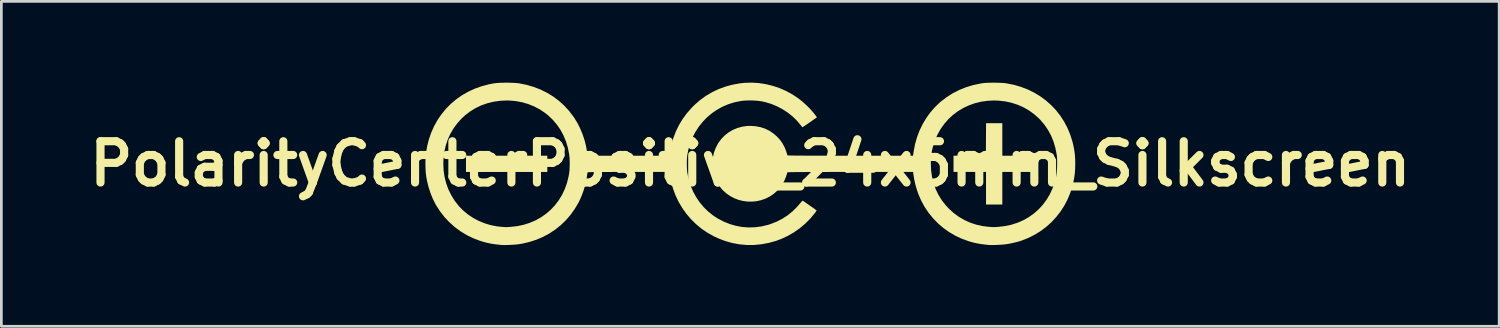
<source format=kicad_pcb>
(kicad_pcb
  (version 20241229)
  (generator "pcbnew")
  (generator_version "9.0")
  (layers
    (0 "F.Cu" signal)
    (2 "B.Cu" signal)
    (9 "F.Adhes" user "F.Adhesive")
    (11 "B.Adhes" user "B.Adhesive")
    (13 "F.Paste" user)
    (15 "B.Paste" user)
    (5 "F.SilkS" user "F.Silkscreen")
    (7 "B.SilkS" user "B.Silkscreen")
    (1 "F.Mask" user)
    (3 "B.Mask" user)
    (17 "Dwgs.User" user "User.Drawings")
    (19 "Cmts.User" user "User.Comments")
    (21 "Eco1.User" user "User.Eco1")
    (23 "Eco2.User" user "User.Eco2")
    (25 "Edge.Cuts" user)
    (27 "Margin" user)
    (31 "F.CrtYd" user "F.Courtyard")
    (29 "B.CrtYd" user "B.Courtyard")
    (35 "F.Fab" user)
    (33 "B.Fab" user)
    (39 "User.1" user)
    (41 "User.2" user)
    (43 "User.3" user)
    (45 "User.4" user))
  (footprint "PolarityCenterPositive_24x6mm_Silkscreen"
    (layer "F.Cu")
    (at 24.645 2.998)
    (property "Reference" "PolarityCenterPositive_24x6mm_Silkscreen" (at 0 0 0) (layer "F.SilkS") (effects (font (size 1.524 1.524) (thickness 0.3))))
    (attr board_only exclude_from_pos_files exclude_from_bom)
    (fp_poly (pts (xy -7.491 0.3) (xy -10.493 0.3) (xy -10.493 -0.3) (xy -7.491 -0.3)) (stroke (width 0) (type solid)) (fill yes) (layer "F.SilkS"))
    (fp_poly (pts (xy 9.305 -0.3) (xy 10.505 -0.3) (xy 10.505 0.3) (xy 9.305 0.3) (xy 9.305 1.501) (xy 8.704 1.501) (xy 8.704 0.3) (xy 7.504 0.3) (xy 7.504 -0.3) (xy 8.101 -0.303) (xy 8.698 -0.306) (xy 8.705 -1.501) (xy 9.305 -1.501)) (stroke (width 0) (type solid)) (fill yes) (layer "F.SilkS"))
    (fp_poly (pts (xy 9.068 -2.995) (xy 9.179 -2.992) (xy 9.284 -2.988) (xy 9.375 -2.982) (xy 9.449 -2.973) (xy 9.455 -2.972) (xy 9.728 -2.918) (xy 9.991 -2.842) (xy 10.242 -2.746) (xy 10.48 -2.629) (xy 10.704 -2.494) (xy 10.913 -2.34) (xy 11.107 -2.168) (xy 11.285 -1.981) (xy 11.445 -1.777) (xy 11.587 -1.558) (xy 11.709 -1.326) (xy 11.812 -1.08) (xy 11.893 -0.822) (xy 11.924 -0.697) (xy 11.951 -0.565) (xy 11.971 -0.441) (xy 11.985 -0.319) (xy 11.993 -0.191) (xy 11.997 -0.049) (xy 11.997 0.006) (xy 11.993 0.185) (xy 11.982 0.348) (xy 11.961 0.504) (xy 11.931 0.661) (xy 11.9 0.792) (xy 11.821 1.052) (xy 11.72 1.3) (xy 11.598 1.535) (xy 11.456 1.757) (xy 11.295 1.964) (xy 11.117 2.156) (xy 10.921 2.331) (xy 10.709 2.488) (xy 10.483 2.626) (xy 10.242 2.745) (xy 10.011 2.835) (xy 9.903 2.869) (xy 9.778 2.902) (xy 9.647 2.931) (xy 9.519 2.956) (xy 9.464 2.965) (xy 9.396 2.973) (xy 9.314 2.981) (xy 9.222 2.987) (xy 9.125 2.992) (xy 9.03 2.996) (xy 8.941 2.998) (xy 8.866 2.997) (xy 8.808 2.995) (xy 8.798 2.994) (xy 8.652 2.978) (xy 8.526 2.962) (xy 8.414 2.943) (xy 8.31 2.923) (xy 8.209 2.898) (xy 8.106 2.869) (xy 8.071 2.859) (xy 7.818 2.768) (xy 7.576 2.656) (xy 7.348 2.523) (xy 7.133 2.371) (xy 6.934 2.201) (xy 6.752 2.014) (xy 6.586 1.811) (xy 6.439 1.593) (xy 6.312 1.361) (xy 6.206 1.116) (xy 6.167 1.007) (xy 6.1 0.784) (xy 6.051 0.566) (xy 6.027 0.416) (xy 6.012 0.3) (xy 3.694 0.3) (xy 3.401 0.3) (xy 3.132 0.3) (xy 2.886 0.3) (xy 2.663 0.301) (xy 2.461 0.301) (xy 2.279 0.301) (xy 2.117 0.302) (xy 1.974 0.303) (xy 1.849 0.303) (xy 1.74 0.304) (xy 1.648 0.305) (xy 1.57 0.306) (xy 1.507 0.307) (xy 1.457 0.309) (xy 1.419 0.31) (xy 1.393 0.312) (xy 1.377 0.314) (xy 1.371 0.316) (xy 1.37 0.316) (xy 1.323 0.466) (xy 1.271 0.597) (xy 1.21 0.715) (xy 1.139 0.825) (xy 1.114 0.86) (xy 0.996 0.994) (xy 0.865 1.109) (xy 0.723 1.205) (xy 0.57 1.282) (xy 0.41 1.339) (xy 0.245 1.377) (xy 0.076 1.395) (xy -0.093 1.393) (xy -0.262 1.372) (xy -0.428 1.331) (xy -0.588 1.27) (xy -0.741 1.19) (xy -0.885 1.089) (xy -1.017 0.969) (xy -1.062 0.919) (xy -1.169 0.778) (xy -1.255 0.625) (xy -1.321 0.463) (xy -1.367 0.292) (xy -1.392 0.118) (xy -1.394 -0.006) (xy 6.666 -0.006) (xy 6.677 0.245) (xy 6.711 0.487) (xy 6.768 0.718) (xy 6.847 0.938) (xy 6.949 1.147) (xy 7.073 1.346) (xy 7.219 1.533) (xy 7.335 1.657) (xy 7.512 1.817) (xy 7.703 1.957) (xy 7.907 2.075) (xy 8.121 2.172) (xy 8.346 2.246) (xy 8.579 2.298) (xy 8.806 2.325) (xy 8.864 2.329) (xy 8.915 2.333) (xy 8.951 2.335) (xy 8.967 2.337) (xy 8.986 2.336) (xy 9.024 2.335) (xy 9.078 2.332) (xy 9.141 2.327) (xy 9.167 2.326) (xy 9.413 2.296) (xy 9.649 2.245) (xy 9.874 2.172) (xy 10.087 2.078) (xy 10.286 1.965) (xy 10.472 1.832) (xy 10.643 1.682) (xy 10.797 1.514) (xy 10.935 1.33) (xy 11.055 1.131) (xy 11.155 0.917) (xy 11.235 0.69) (xy 11.288 0.485) (xy 11.305 0.38) (xy 11.318 0.259) (xy 11.327 0.127) (xy 11.33 -0.009) (xy 11.329 -0.14) (xy 11.322 -0.26) (xy 11.313 -0.338) (xy 11.265 -0.584) (xy 11.197 -0.817) (xy 11.107 -1.038) (xy 10.995 -1.245) (xy 10.863 -1.439) (xy 10.71 -1.62) (xy 10.662 -1.67) (xy 10.486 -1.828) (xy 10.296 -1.966) (xy 10.094 -2.083) (xy 9.88 -2.178) (xy 9.655 -2.252) (xy 9.421 -2.304) (xy 9.179 -2.332) (xy 8.996 -2.339) (xy 8.751 -2.327) (xy 8.514 -2.292) (xy 8.286 -2.235) (xy 8.068 -2.157) (xy 7.861 -2.059) (xy 7.666 -1.942) (xy 7.484 -1.806) (xy 7.317 -1.652) (xy 7.167 -1.481) (xy 7.033 -1.294) (xy 6.918 -1.093) (xy 6.822 -0.876) (xy 6.792 -0.793) (xy 6.739 -0.619) (xy 6.701 -0.449) (xy 6.678 -0.277) (xy 6.667 -0.093) (xy 6.666 -0.006) (xy -1.394 -0.006) (xy -1.396 -0.059) (xy -1.379 -0.235) (xy -1.34 -0.409) (xy -1.28 -0.576) (xy -1.199 -0.735) (xy -1.171 -0.78) (xy -1.062 -0.926) (xy -0.935 -1.055) (xy -0.794 -1.164) (xy -0.639 -1.254) (xy -0.473 -1.323) (xy -0.297 -1.371) (xy -0.113 -1.397) (xy -0.001 -1.401) (xy 0.192 -1.389) (xy 0.375 -1.355) (xy 0.548 -1.298) (xy 0.71 -1.219) (xy 0.861 -1.116) (xy 0.985 -1.009) (xy 1.093 -0.892) (xy 1.184 -0.766) (xy 1.26 -0.629) (xy 1.323 -0.475) (xy 1.371 -0.316) (xy 1.376 -0.314) (xy 1.39 -0.312) (xy 1.415 -0.31) (xy 1.452 -0.309) (xy 1.5 -0.307) (xy 1.562 -0.306) (xy 1.637 -0.305) (xy 1.728 -0.304) (xy 1.835 -0.303) (xy 1.958 -0.303) (xy 2.099 -0.302) (xy 2.258 -0.301) (xy 2.437 -0.301) (xy 2.637 -0.301) (xy 2.857 -0.3) (xy 3.1 -0.3) (xy 3.366 -0.3) (xy 3.656 -0.3) (xy 3.692 -0.3) (xy 6.01 -0.3) (xy 6.033 -0.459) (xy 6.082 -0.722) (xy 6.155 -0.978) (xy 6.248 -1.225) (xy 6.362 -1.462) (xy 6.496 -1.687) (xy 6.648 -1.898) (xy 6.817 -2.093) (xy 7.004 -2.271) (xy 7.035 -2.297) (xy 7.249 -2.461) (xy 7.474 -2.604) (xy 7.71 -2.725) (xy 7.959 -2.825) (xy 8.221 -2.905) (xy 8.498 -2.964) (xy 8.585 -2.978) (xy 8.654 -2.986) (xy 8.741 -2.991) (xy 8.843 -2.994) (xy 8.954 -2.996)) (stroke (width 0) (type solid)) (fill yes) (layer "F.SilkS"))
    (fp_poly (pts (xy 0.314 -2.982) (xy 0.573 -2.942) (xy 0.829 -2.88) (xy 1.08 -2.796) (xy 1.322 -2.691) (xy 1.553 -2.565) (xy 1.772 -2.419) (xy 1.787 -2.408) (xy 1.927 -2.296) (xy 2.064 -2.173) (xy 2.195 -2.044) (xy 2.312 -1.914) (xy 2.412 -1.787) (xy 2.422 -1.773) (xy 2.462 -1.717) (xy 2.2 -1.533) (xy 2.128 -1.484) (xy 2.063 -1.439) (xy 2.008 -1.402) (xy 1.964 -1.374) (xy 1.936 -1.357) (xy 1.926 -1.353) (xy 1.914 -1.364) (xy 1.892 -1.39) (xy 1.865 -1.424) (xy 1.723 -1.594) (xy 1.562 -1.75) (xy 1.384 -1.892) (xy 1.191 -2.017) (xy 0.987 -2.124) (xy 0.775 -2.212) (xy 0.556 -2.278) (xy 0.423 -2.307) (xy 0.29 -2.326) (xy 0.141 -2.337) (xy -0.013 -2.341) (xy -0.164 -2.337) (xy -0.303 -2.326) (xy -0.35 -2.319) (xy -0.585 -2.271) (xy -0.81 -2.201) (xy -1.024 -2.109) (xy -1.227 -1.997) (xy -1.417 -1.867) (xy -1.593 -1.719) (xy -1.753 -1.554) (xy -1.897 -1.374) (xy -2.023 -1.18) (xy -2.131 -0.973) (xy -2.218 -0.755) (xy -2.285 -0.525) (xy -2.327 -0.3) (xy -2.335 -0.219) (xy -2.34 -0.12) (xy -2.341 -0.012) (xy -2.34 0.098) (xy -2.335 0.204) (xy -2.327 0.297) (xy -2.321 0.338) (xy -2.272 0.576) (xy -2.201 0.806) (xy -2.108 1.025) (xy -1.995 1.232) (xy -1.863 1.426) (xy -1.711 1.606) (xy -1.543 1.769) (xy -1.358 1.915) (xy -1.196 2.019) (xy -0.979 2.133) (xy -0.755 2.223) (xy -0.526 2.289) (xy -0.293 2.331) (xy -0.058 2.348) (xy 0.179 2.341) (xy 0.416 2.31) (xy 0.651 2.254) (xy 0.742 2.226) (xy 0.97 2.137) (xy 1.183 2.028) (xy 1.382 1.899) (xy 1.567 1.749) (xy 1.738 1.578) (xy 1.829 1.472) (xy 1.877 1.415) (xy 1.912 1.378) (xy 1.934 1.361) (xy 1.943 1.361) (xy 1.957 1.371) (xy 1.988 1.393) (xy 2.034 1.425) (xy 2.092 1.465) (xy 2.158 1.511) (xy 2.204 1.544) (xy 2.273 1.592) (xy 2.335 1.635) (xy 2.386 1.672) (xy 2.424 1.701) (xy 2.446 1.718) (xy 2.451 1.723) (xy 2.444 1.735) (xy 2.425 1.763) (xy 2.398 1.801) (xy 2.381 1.824) (xy 2.217 2.021) (xy 2.033 2.205) (xy 1.833 2.374) (xy 1.619 2.525) (xy 1.393 2.656) (xy 1.159 2.767) (xy 0.947 2.846) (xy 0.677 2.92) (xy 0.407 2.97) (xy 0.137 2.995) (xy -0.133 2.995) (xy -0.4 2.971) (xy -0.665 2.922) (xy -0.926 2.848) (xy -1.183 2.75) (xy -1.342 2.676) (xy -1.577 2.545) (xy -1.798 2.394) (xy -2.003 2.225) (xy -2.192 2.038) (xy -2.363 1.837) (xy -2.516 1.621) (xy -2.65 1.392) (xy -2.763 1.153) (xy -2.854 0.903) (xy -2.923 0.644) (xy -2.959 0.447) (xy -2.981 0.3) (xy -4.491 0.3) (xy -4.717 0.3) (xy -4.92 0.3) (xy -5.1 0.3) (xy -5.259 0.301) (xy -5.398 0.301) (xy -5.519 0.301) (xy -5.623 0.302) (xy -5.71 0.302) (xy -5.784 0.303) (xy -5.844 0.304) (xy -5.892 0.306) (xy -5.93 0.307) (xy -5.958 0.309) (xy -5.979 0.311) (xy -5.993 0.313) (xy -6.001 0.316) (xy -6.006 0.319) (xy -6.007 0.322) (xy -6.012 0.346) (xy -6.018 0.385) (xy -6.022 0.419) (xy -6.047 0.589) (xy -6.089 0.771) (xy -6.143 0.957) (xy -6.209 1.141) (xy -6.283 1.316) (xy -6.337 1.426) (xy -6.475 1.66) (xy -6.63 1.879) (xy -6.803 2.079) (xy -6.993 2.262) (xy -7.198 2.427) (xy -7.418 2.572) (xy -7.651 2.697) (xy -7.897 2.802) (xy -8.155 2.885) (xy -8.424 2.947) (xy -8.535 2.965) (xy -8.601 2.973) (xy -8.683 2.981) (xy -8.775 2.987) (xy -8.871 2.992) (xy -8.966 2.996) (xy -9.054 2.998) (xy -9.13 2.997) (xy -9.188 2.995) (xy -9.198 2.994) (xy -9.344 2.978) (xy -9.47 2.962) (xy -9.582 2.943) (xy -9.686 2.922) (xy -9.788 2.897) (xy -9.892 2.867) (xy -9.986 2.838) (xy -10.235 2.743) (xy -10.473 2.626) (xy -10.699 2.488) (xy -10.911 2.331) (xy -11.108 2.155) (xy -11.29 1.961) (xy -11.454 1.75) (xy -11.599 1.524) (xy -11.617 1.492) (xy -11.719 1.29) (xy -11.807 1.071) (xy -11.881 0.839) (xy -11.938 0.6) (xy -11.962 0.463) (xy -11.975 0.359) (xy -11.984 0.237) (xy -11.989 0.105) (xy -11.99 0.002) (xy -11.33 0.002) (xy -11.319 0.249) (xy -11.283 0.489) (xy -11.224 0.721) (xy -11.142 0.945) (xy -11.037 1.158) (xy -10.911 1.362) (xy -10.762 1.553) (xy -10.75 1.567) (xy -10.595 1.725) (xy -10.422 1.868) (xy -10.233 1.994) (xy -10.032 2.102) (xy -9.819 2.19) (xy -9.598 2.258) (xy -9.371 2.304) (xy -9.187 2.325) (xy -9.129 2.329) (xy -9.079 2.333) (xy -9.044 2.336) (xy -9.029 2.337) (xy -9.011 2.336) (xy -8.972 2.335) (xy -8.919 2.332) (xy -8.856 2.328) (xy -8.835 2.326) (xy -8.589 2.298) (xy -8.353 2.247) (xy -8.129 2.174) (xy -7.916 2.082) (xy -7.716 1.969) (xy -7.531 1.838) (xy -7.36 1.69) (xy -7.205 1.524) (xy -7.068 1.343) (xy -6.948 1.146) (xy -6.848 0.936) (xy -6.767 0.713) (xy -6.708 0.477) (xy -6.684 0.344) (xy -6.673 0.244) (xy -6.667 0.127) (xy -6.664 0.003) (xy -6.666 -0.123) (xy -6.672 -0.24) (xy -6.683 -0.343) (xy -6.685 -0.356) (xy -6.733 -0.598) (xy -6.803 -0.829) (xy -6.894 -1.049) (xy -7.005 -1.255) (xy -7.137 -1.447) (xy -7.289 -1.625) (xy -7.459 -1.787) (xy -7.567 -1.874) (xy -7.762 -2.006) (xy -7.97 -2.116) (xy -8.188 -2.205) (xy -8.416 -2.272) (xy -8.652 -2.316) (xy -8.894 -2.337) (xy -8.989 -2.339) (xy -9.238 -2.327) (xy -9.479 -2.292) (xy -9.711 -2.235) (xy -9.933 -2.156) (xy -10.144 -2.055) (xy -10.342 -1.933) (xy -10.528 -1.791) (xy -10.654 -1.674) (xy -10.815 -1.496) (xy -10.955 -1.305) (xy -11.073 -1.103) (xy -11.17 -0.888) (xy -11.244 -0.664) (xy -11.295 -0.429) (xy -11.324 -0.184) (xy -11.33 0.002) (xy -11.99 0.002) (xy -11.991 -0.03) (xy -11.988 -0.161) (xy -11.982 -0.281) (xy -11.976 -0.35) (xy -11.932 -0.627) (xy -11.866 -0.893) (xy -11.779 -1.147) (xy -11.671 -1.389) (xy -11.544 -1.618) (xy -11.397 -1.832) (xy -11.233 -2.032) (xy -11.052 -2.215) (xy -10.854 -2.382) (xy -10.64 -2.532) (xy -10.412 -2.662) (xy -10.169 -2.774) (xy -9.914 -2.865) (xy -9.646 -2.936) (xy -9.455 -2.972) (xy -9.372 -2.982) (xy -9.271 -2.989) (xy -9.156 -2.994) (xy -9.033 -2.996) (xy -8.909 -2.995) (xy -8.789 -2.992) (xy -8.679 -2.987) (xy -8.585 -2.978) (xy -8.542 -2.973) (xy -8.264 -2.918) (xy -7.998 -2.841) (xy -7.745 -2.744) (xy -7.504 -2.625) (xy -7.278 -2.487) (xy -7.066 -2.328) (xy -6.868 -2.15) (xy -6.687 -1.952) (xy -6.522 -1.736) (xy -6.485 -1.682) (xy -6.376 -1.501) (xy -6.277 -1.303) (xy -6.19 -1.092) (xy -6.118 -0.877) (xy -6.063 -0.661) (xy -6.028 -0.463) (xy -6.021 -0.41) (xy -6.014 -0.365) (xy -6.009 -0.334) (xy -6.008 -0.328) (xy -6.002 -0.3) (xy -2.98 -0.3) (xy -2.971 -0.378) (xy -2.957 -0.476) (xy -2.935 -0.589) (xy -2.908 -0.708) (xy -2.878 -0.826) (xy -2.846 -0.932) (xy -2.845 -0.933) (xy -2.75 -1.186) (xy -2.634 -1.426) (xy -2.497 -1.653) (xy -2.338 -1.869) (xy -2.157 -2.075) (xy -2.058 -2.174) (xy -1.856 -2.351) (xy -1.64 -2.507) (xy -1.411 -2.643) (xy -1.17 -2.758) (xy -0.918 -2.851) (xy -0.656 -2.922) (xy -0.385 -2.971) (xy -0.206 -2.99) (xy 0.053 -2.998)) (stroke (width 0) (type solid)) (fill yes) (layer "F.SilkS")))
  (gr_rect
    (start -3 -3)
    (end 52.291 8.995)
    (stroke (width 0.1) (type default))
    (fill no)
    (layer "Edge.Cuts")))
</source>
